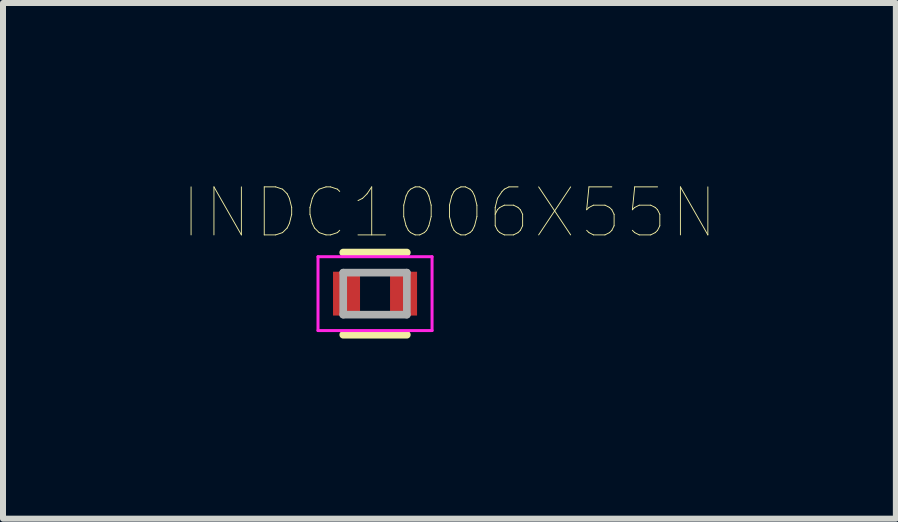
<source format=kicad_pcb>
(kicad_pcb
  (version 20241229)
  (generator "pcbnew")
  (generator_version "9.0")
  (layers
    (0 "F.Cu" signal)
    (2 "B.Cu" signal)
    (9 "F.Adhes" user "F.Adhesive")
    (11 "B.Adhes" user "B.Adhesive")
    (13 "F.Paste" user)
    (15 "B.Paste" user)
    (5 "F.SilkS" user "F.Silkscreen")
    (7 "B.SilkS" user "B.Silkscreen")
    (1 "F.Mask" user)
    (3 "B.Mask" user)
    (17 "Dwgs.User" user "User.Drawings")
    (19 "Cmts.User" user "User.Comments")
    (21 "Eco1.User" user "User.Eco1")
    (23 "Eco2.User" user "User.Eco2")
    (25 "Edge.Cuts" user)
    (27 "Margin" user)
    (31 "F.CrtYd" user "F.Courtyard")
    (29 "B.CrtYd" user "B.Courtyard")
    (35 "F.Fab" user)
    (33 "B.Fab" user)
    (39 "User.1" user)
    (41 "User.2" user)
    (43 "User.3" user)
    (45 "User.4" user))
  (footprint "INDC1006X55N"
    (layer "F.Cu")
    (at 3.198 1.842)
    (property "Reference" "INDC1006X55N" (at 1.24 -1.348 0) (layer "F.SilkS") (effects (font (size 0.8 0.8) (thickness 0.015))))
    (attr through_hole)
    (fp_line (start -0.53 -0.685) (end 0.53 -0.685) (stroke (width 0.127) (type solid)) (layer "F.SilkS"))
    (fp_line (start 0.53 0.685) (end -0.53 0.685) (stroke (width 0.127) (type solid)) (layer "F.SilkS"))
    (fp_line (start -0.95 -0.615) (end 0.95 -0.615) (stroke (width 0.05) (type solid)) (layer "F.CrtYd"))
    (fp_line (start -0.95 0.615) (end -0.95 -0.615) (stroke (width 0.05) (type solid)) (layer "F.CrtYd"))
    (fp_line (start 0.95 -0.615) (end 0.95 0.615) (stroke (width 0.05) (type solid)) (layer "F.CrtYd"))
    (fp_line (start 0.95 0.615) (end -0.95 0.615) (stroke (width 0.05) (type solid)) (layer "F.CrtYd"))
    (fp_line (start -0.53 -0.35) (end 0.53 -0.35) (stroke (width 0.127) (type solid)) (layer "F.Fab"))
    (fp_line (start -0.53 0.35) (end -0.53 -0.35) (stroke (width 0.127) (type solid)) (layer "F.Fab"))
    (fp_line (start 0.53 -0.35) (end 0.53 0.35) (stroke (width 0.127) (type solid)) (layer "F.Fab"))
    (fp_line (start 0.53 0.35) (end -0.53 0.35) (stroke (width 0.127) (type solid)) (layer "F.Fab"))
    (pad "1" smd rect (at -0.475 0) (size 0.45 0.73) (layers "F.Cu" "F.Mask" "F.Paste"))
    (pad "2" smd rect (at 0.475 0) (size 0.45 0.73) (layers "F.Cu" "F.Mask" "F.Paste")))
  (gr_rect
    (start -3 -3)
    (end 11.875 5.591)
    (stroke (width 0.1) (type default))
    (fill no)
    (layer "Edge.Cuts")))
</source>
